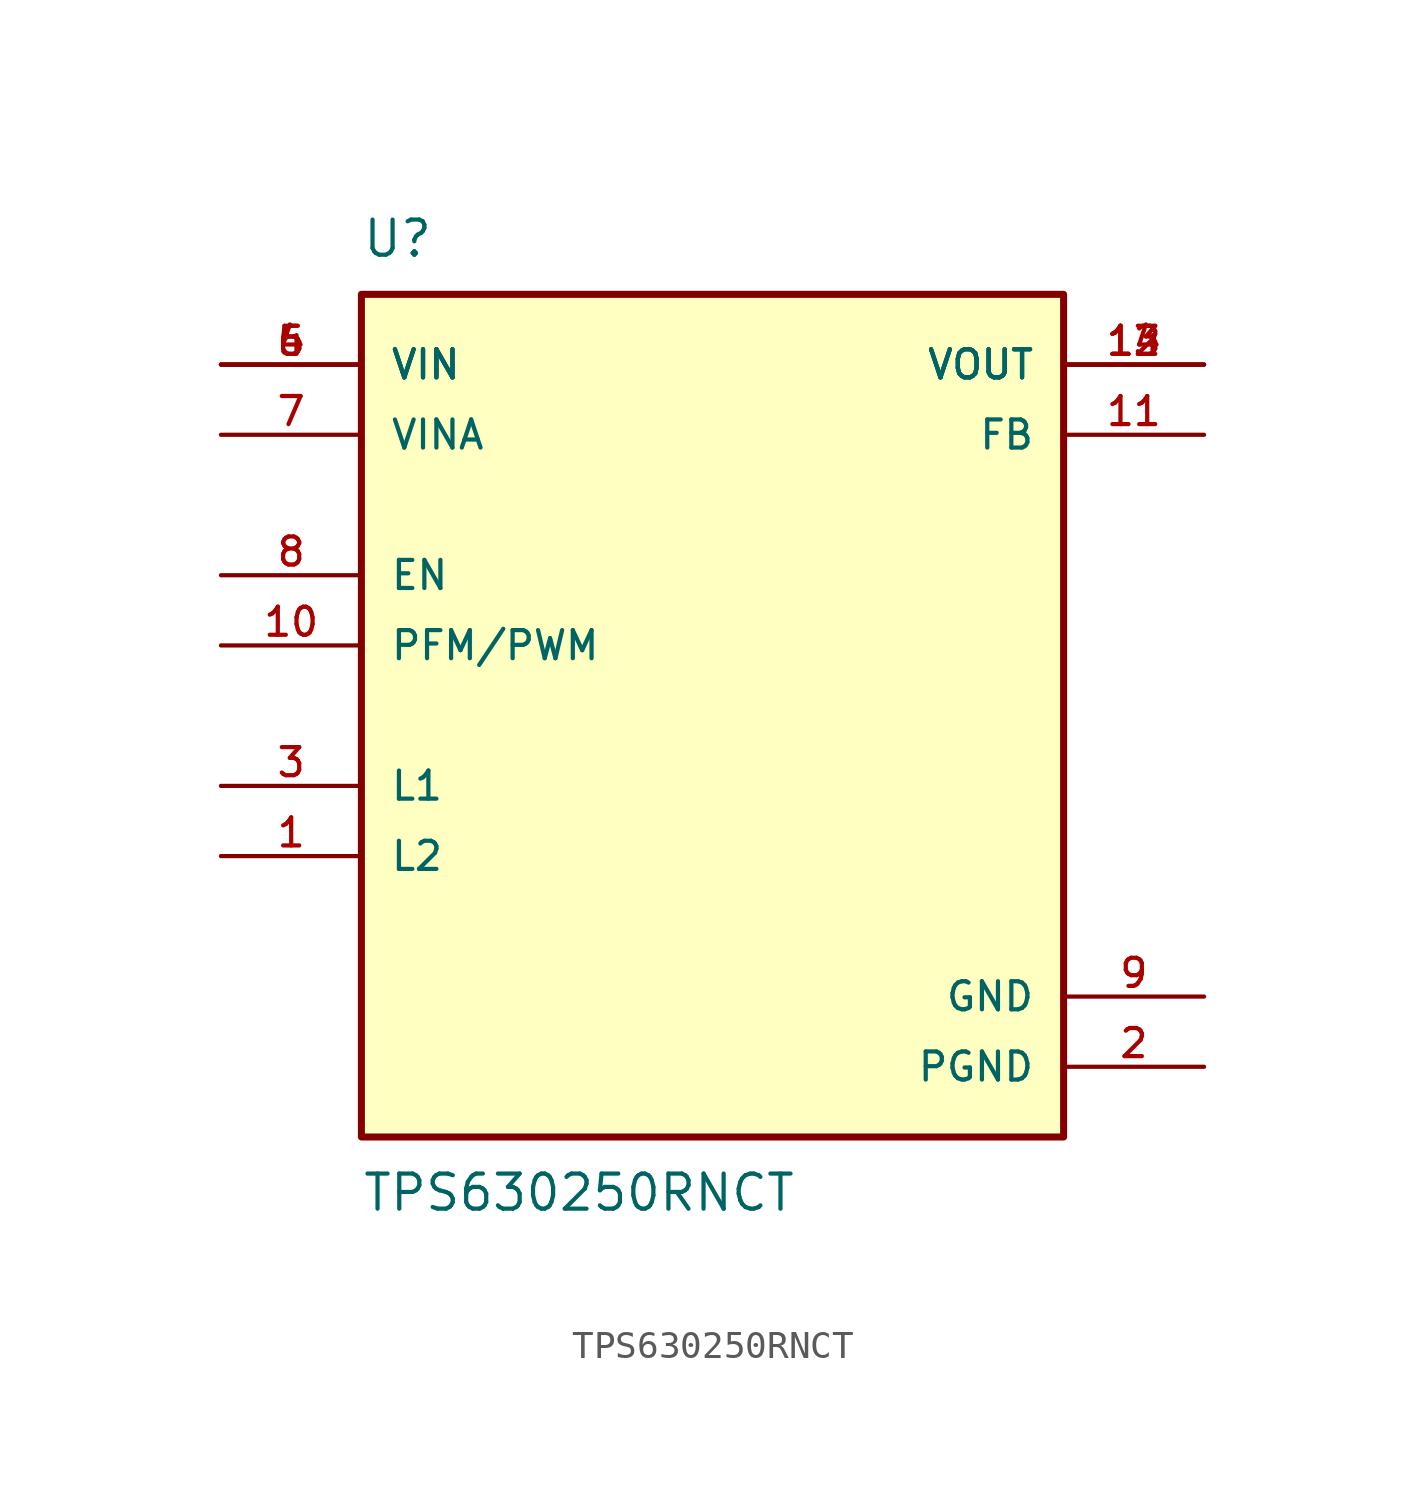
<source format=kicad_sym>
(kicad_symbol_lib
  (version 20211014)
  (generator kicad_symbol_editor)
  (symbol "TPS630250RNCT"
    (pin_names
      (offset 1.016))
    (property "Reference" "U"
      (at -12.7 16.51 0)
      (effects (font (size 1.27 1.27)) (justify bottom left)))
    (property "Value" "TPS630250RNCT"
      (at -12.7 -16.51 0.0)
      (effects (font (size 1.27 1.27)) (justify top left)))
    (symbol "TPS630250RNCT_0_0"
      (rectangle (start -12.7 -15.24) (end 12.7 15.24) (stroke (width 0.254)) (fill (type background)))
      (pin input line (at -17.78 10.16 0) (length 5.08) (name "VINA" (effects (font (size 1.016 1.016)))) (number "7" (effects (font (size 1.016 1.016)))))
      (pin input line (at -17.78 5.08 0) (length 5.08) (name "EN" (effects (font (size 1.016 1.016)))) (number "8" (effects (font (size 1.016 1.016)))))
      (pin input line (at -17.78 2.54 0) (length 5.08) (name "PFM/PWM" (effects (font (size 1.016 1.016)))) (number "10" (effects (font (size 1.016 1.016)))))
      (pin passive line (at -17.78 -5.08 0) (length 5.08) (name "L2" (effects (font (size 1.016 1.016)))) (number "1" (effects (font (size 1.016 1.016)))))
      (pin passive line (at -17.78 -2.54 0) (length 5.08) (name "L1" (effects (font (size 1.016 1.016)))) (number "3" (effects (font (size 1.016 1.016)))))
      (pin power_in line (at 17.78 -12.7 180.0) (length 5.08) (name "PGND" (effects (font (size 1.016 1.016)))) (number "2" (effects (font (size 1.016 1.016)))))
      (pin power_in line (at 17.78 -10.16 180.0) (length 5.08) (name "GND" (effects (font (size 1.016 1.016)))) (number "9" (effects (font (size 1.016 1.016)))))
      (pin input line (at 17.78 10.16 180.0) (length 5.08) (name "FB" (effects (font (size 1.016 1.016)))) (number "11" (effects (font (size 1.016 1.016)))))
      (pin output line (at 17.78 12.7 180.0) (length 5.08) (name "VOUT" (effects (font (size 1.016 1.016)))) (number "12" (effects (font (size 1.016 1.016)))))
      (pin output line (at 17.78 12.7 180.0) (length 5.08) (name "VOUT" (effects (font (size 1.016 1.016)))) (number "13" (effects (font (size 1.016 1.016)))))
      (pin output line (at 17.78 12.7 180.0) (length 5.08) (name "VOUT" (effects (font (size 1.016 1.016)))) (number "14" (effects (font (size 1.016 1.016)))))
      (pin input line (at -17.78 12.7 0) (length 5.08) (name "VIN" (effects (font (size 1.016 1.016)))) (number "4" (effects (font (size 1.016 1.016)))))
      (pin input line (at -17.78 12.7 0) (length 5.08) (name "VIN" (effects (font (size 1.016 1.016)))) (number "5" (effects (font (size 1.016 1.016)))))
      (pin input line (at -17.78 12.7 0) (length 5.08) (name "VIN" (effects (font (size 1.016 1.016)))) (number "6" (effects (font (size 1.016 1.016))))))))
</source>
